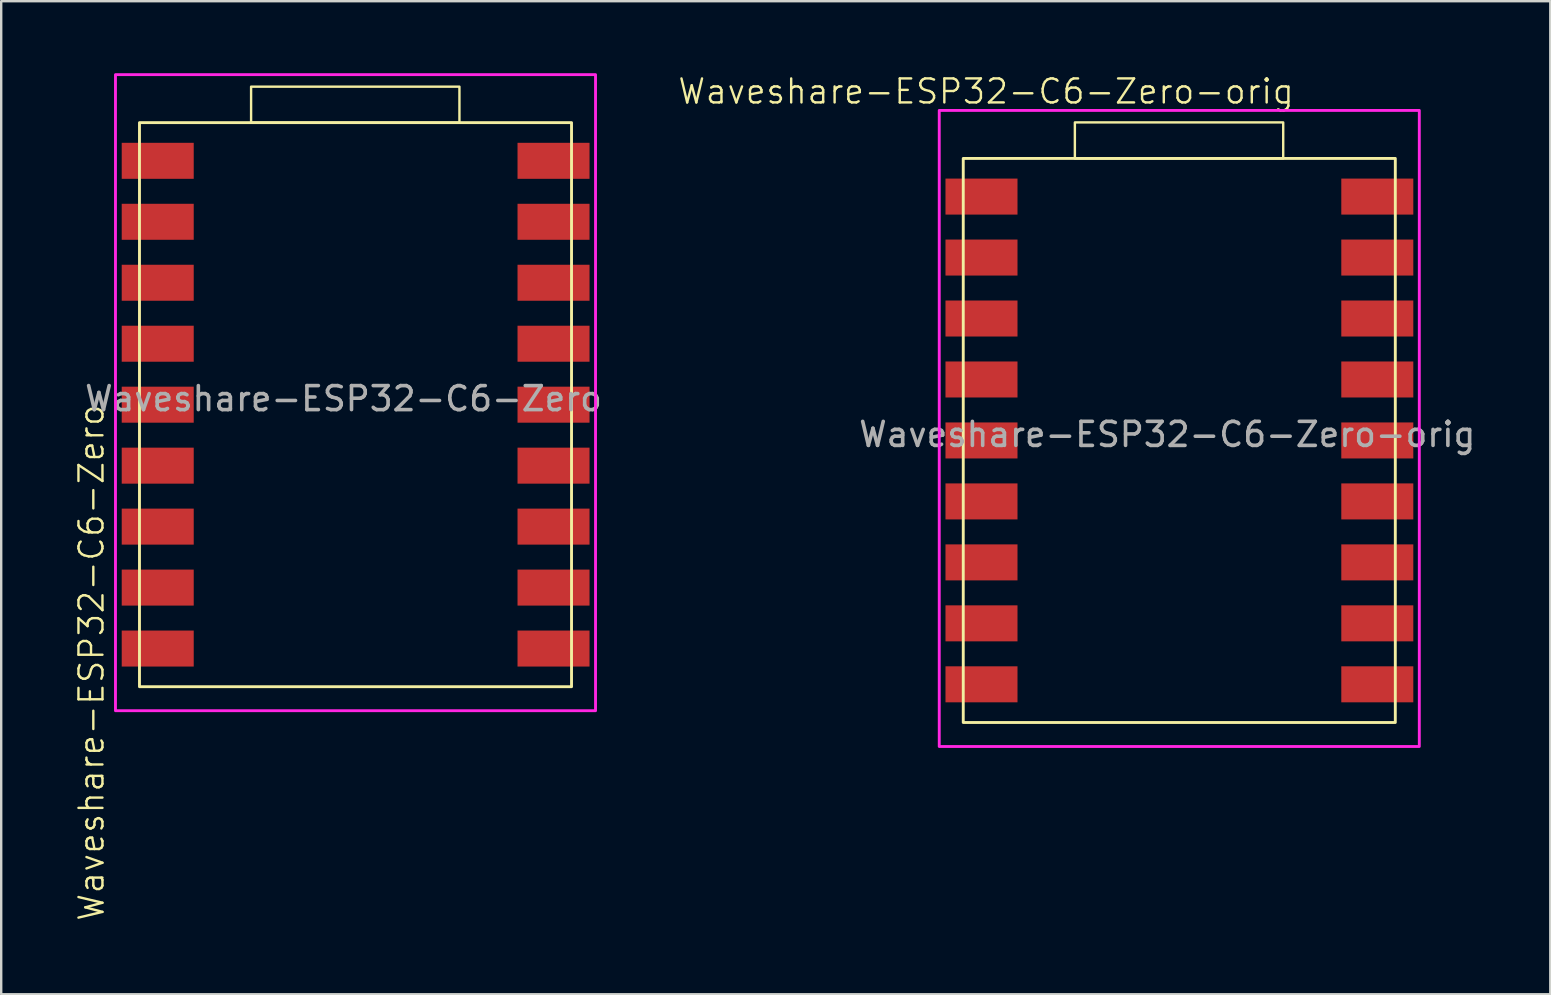
<source format=kicad_pcb>
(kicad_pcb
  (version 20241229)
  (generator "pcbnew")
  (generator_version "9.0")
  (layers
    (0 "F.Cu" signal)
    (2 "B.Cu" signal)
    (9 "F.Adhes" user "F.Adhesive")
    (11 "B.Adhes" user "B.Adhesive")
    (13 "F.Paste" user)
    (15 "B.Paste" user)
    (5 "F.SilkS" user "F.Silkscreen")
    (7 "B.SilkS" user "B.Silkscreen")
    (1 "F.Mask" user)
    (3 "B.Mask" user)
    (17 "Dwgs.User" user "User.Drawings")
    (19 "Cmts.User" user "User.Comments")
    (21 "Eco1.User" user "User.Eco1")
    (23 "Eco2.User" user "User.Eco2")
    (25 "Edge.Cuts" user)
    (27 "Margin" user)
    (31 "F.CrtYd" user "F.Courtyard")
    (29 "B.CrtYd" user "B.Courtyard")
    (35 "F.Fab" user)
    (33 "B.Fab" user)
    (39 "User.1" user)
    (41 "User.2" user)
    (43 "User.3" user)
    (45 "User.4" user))
  (footprint "Waveshare-ESP32-C6-Zero-orig"
    (layer "F.Cu")
    (at 45.581 15.05)
    (property "Reference" "Waveshare-ESP32-C6-Zero-orig" (at -7.55 -14.29 0) (unlocked yes) (layer "F.SilkS") (effects (font (size 1 1) (thickness 0.1))))
    (attr smd)
    (fp_rect (start -8.5 -11.5) (end 9.5 12) (stroke (width 0.12) (type default)) (fill no) (layer "F.SilkS"))
    (fp_rect (start -3.85 -11.5) (end 4.83 -13) (stroke (width 0.1) (type default)) (fill no) (layer "F.SilkS"))
    (fp_rect (start -9.5 -13.5) (end 10.5 13) (stroke (width 0.12) (type default)) (fill no) (layer "F.CrtYd"))
    (fp_text user "${REFERENCE}" (at 0 0 0) (unlocked yes) (layer "F.Fab") (effects (font (size 1 1) (thickness 0.15))))
    (pad "1" smd rect (at -7.74 -9.91) (size 3 1.5) (layers "F.Cu" "F.Mask" "F.Paste"))
    (pad "2" smd rect (at -7.74 -7.37) (size 3 1.5) (layers "F.Cu" "F.Mask" "F.Paste"))
    (pad "3" smd rect (at -7.74 -4.83) (size 3 1.5) (layers "F.Cu" "F.Mask" "F.Paste"))
    (pad "4" smd rect (at -7.74 -2.29) (size 3 1.5) (layers "F.Cu" "F.Mask" "F.Paste"))
    (pad "5" smd rect (at -7.74 0.25) (size 3 1.5) (layers "F.Cu" "F.Mask" "F.Paste"))
    (pad "6" smd rect (at -7.74 2.79) (size 3 1.5) (layers "F.Cu" "F.Mask" "F.Paste"))
    (pad "7" smd rect (at -7.74 5.33) (size 3 1.5) (layers "F.Cu" "F.Mask" "F.Paste"))
    (pad "8" smd rect (at -7.74 7.87) (size 3 1.5) (layers "F.Cu" "F.Mask" "F.Paste"))
    (pad "9" smd rect (at -7.74 10.41) (size 3 1.5) (layers "F.Cu" "F.Mask" "F.Paste"))
    (pad "10" smd rect (at 8.75 10.41) (size 3 1.5) (layers "F.Cu" "F.Mask" "F.Paste"))
    (pad "11" smd rect (at 8.75 7.87) (size 3 1.5) (layers "F.Cu" "F.Mask" "F.Paste"))
    (pad "12" smd rect (at 8.75 5.33) (size 3 1.5) (layers "F.Cu" "F.Mask" "F.Paste"))
    (pad "13" smd rect (at 8.75 2.79) (size 3 1.5) (layers "F.Cu" "F.Mask" "F.Paste"))
    (pad "14" smd rect (at 8.75 0.25) (size 3 1.5) (layers "F.Cu" "F.Mask" "F.Paste"))
    (pad "15" smd rect (at 8.75 -2.29) (size 3 1.5) (layers "F.Cu" "F.Mask" "F.Paste"))
    (pad "16" smd rect (at 8.75 -4.83) (size 3 1.5) (layers "F.Cu" "F.Mask" "F.Paste"))
    (pad "17" smd rect (at 8.75 -7.37) (size 3 1.5) (layers "F.Cu" "F.Mask" "F.Paste"))
    (pad "18" smd rect (at 8.75 -9.91) (size 3 1.5) (layers "F.Cu" "F.Mask" "F.Paste"))
    (zone (net_name "") (layers "F.Cu" "B.Cu") (hatch edge 0.5) (connect_pads) (min_thickness 0.25) (filled_areas_thickness no) (keepout (tracks not_allowed) (vias not_allowed) (pads not_allowed) (copperpour not_allowed) (footprints not_allowed)) (placement (enabled no)) (fill) (polygon (pts (xy 42.081 23.55) (xy 50.081 23.55) (xy 50.081 28.05) (xy 42.081 28.05)))))
  (footprint "Waveshare-ESP32-C6-Zero"
    (layer "F.Cu")
    (at 11.261 13.56)
    (property "Reference" "Waveshare-ESP32-C6-Zero" (at -10.5 11 90) (unlocked yes) (layer "F.SilkS") (effects (font (size 1 1) (thickness 0.1))))
    (attr smd)
    (fp_rect (start -8.5 -11.5) (end 9.5 12) (stroke (width 0.12) (type default)) (fill no) (layer "F.SilkS"))
    (fp_rect (start -3.85 -11.5) (end 4.83 -13) (stroke (width 0.1) (type default)) (fill no) (layer "F.SilkS"))
    (fp_rect (start -9.5 -13.5) (end 10.5 13) (stroke (width 0.12) (type default)) (fill no) (layer "F.CrtYd"))
    (fp_text user "${REFERENCE}" (at 0 0 0) (unlocked yes) (layer "F.Fab") (effects (font (size 1 1) (thickness 0.15))))
    (pad "1" smd rect (at -7.74 -9.91) (size 3 1.5) (layers "F.Cu" "F.Mask" "F.Paste"))
    (pad "2" smd rect (at -7.74 -7.37) (size 3 1.5) (layers "F.Cu" "F.Mask" "F.Paste"))
    (pad "3" smd rect (at -7.74 -4.83) (size 3 1.5) (layers "F.Cu" "F.Mask" "F.Paste"))
    (pad "4" smd rect (at -7.74 -2.29) (size 3 1.5) (layers "F.Cu" "F.Mask" "F.Paste"))
    (pad "5" smd rect (at -7.74 0.25) (size 3 1.5) (layers "F.Cu" "F.Mask" "F.Paste"))
    (pad "6" smd rect (at -7.74 2.79) (size 3 1.5) (layers "F.Cu" "F.Mask" "F.Paste"))
    (pad "7" smd rect (at -7.74 5.33) (size 3 1.5) (layers "F.Cu" "F.Mask" "F.Paste"))
    (pad "8" smd rect (at -7.74 7.87) (size 3 1.5) (layers "F.Cu" "F.Mask" "F.Paste"))
    (pad "9" smd rect (at -7.74 10.41) (size 3 1.5) (layers "F.Cu" "F.Mask" "F.Paste"))
    (pad "10" smd rect (at 8.75 10.41) (size 3 1.5) (layers "F.Cu" "F.Mask" "F.Paste"))
    (pad "11" smd rect (at 8.75 7.87) (size 3 1.5) (layers "F.Cu" "F.Mask" "F.Paste"))
    (pad "12" smd rect (at 8.75 5.33) (size 3 1.5) (layers "F.Cu" "F.Mask" "F.Paste"))
    (pad "13" smd rect (at 8.75 2.79) (size 3 1.5) (layers "F.Cu" "F.Mask" "F.Paste"))
    (pad "14" smd rect (at 8.75 0.25) (size 3 1.5) (layers "F.Cu" "F.Mask" "F.Paste"))
    (pad "15" smd rect (at 8.75 -2.29) (size 3 1.5) (layers "F.Cu" "F.Mask" "F.Paste"))
    (pad "16" smd rect (at 8.75 -4.83) (size 3 1.5) (layers "F.Cu" "F.Mask" "F.Paste"))
    (pad "17" smd rect (at 8.75 -7.37) (size 3 1.5) (layers "F.Cu" "F.Mask" "F.Paste"))
    (pad "18" smd rect (at 8.75 -9.91) (size 3 1.5) (layers "F.Cu" "F.Mask" "F.Paste"))
    (zone (net_name "") (layers "F.Cu" "B.Cu") (hatch edge 0.5) (connect_pads) (min_thickness 0.25) (filled_areas_thickness no) (keepout (tracks not_allowed) (vias not_allowed) (pads not_allowed) (copperpour not_allowed) (footprints not_allowed)) (placement (enabled no)) (fill) (polygon (pts (xy 7.761 22.06) (xy 15.761 22.06) (xy 15.761 26.56) (xy 7.761 26.56)))))
  (gr_rect
    (start -3 -3)
    (end 61.539 38.372)
    (stroke (width 0.1) (type default))
    (fill no)
    (layer "Edge.Cuts")))
</source>
